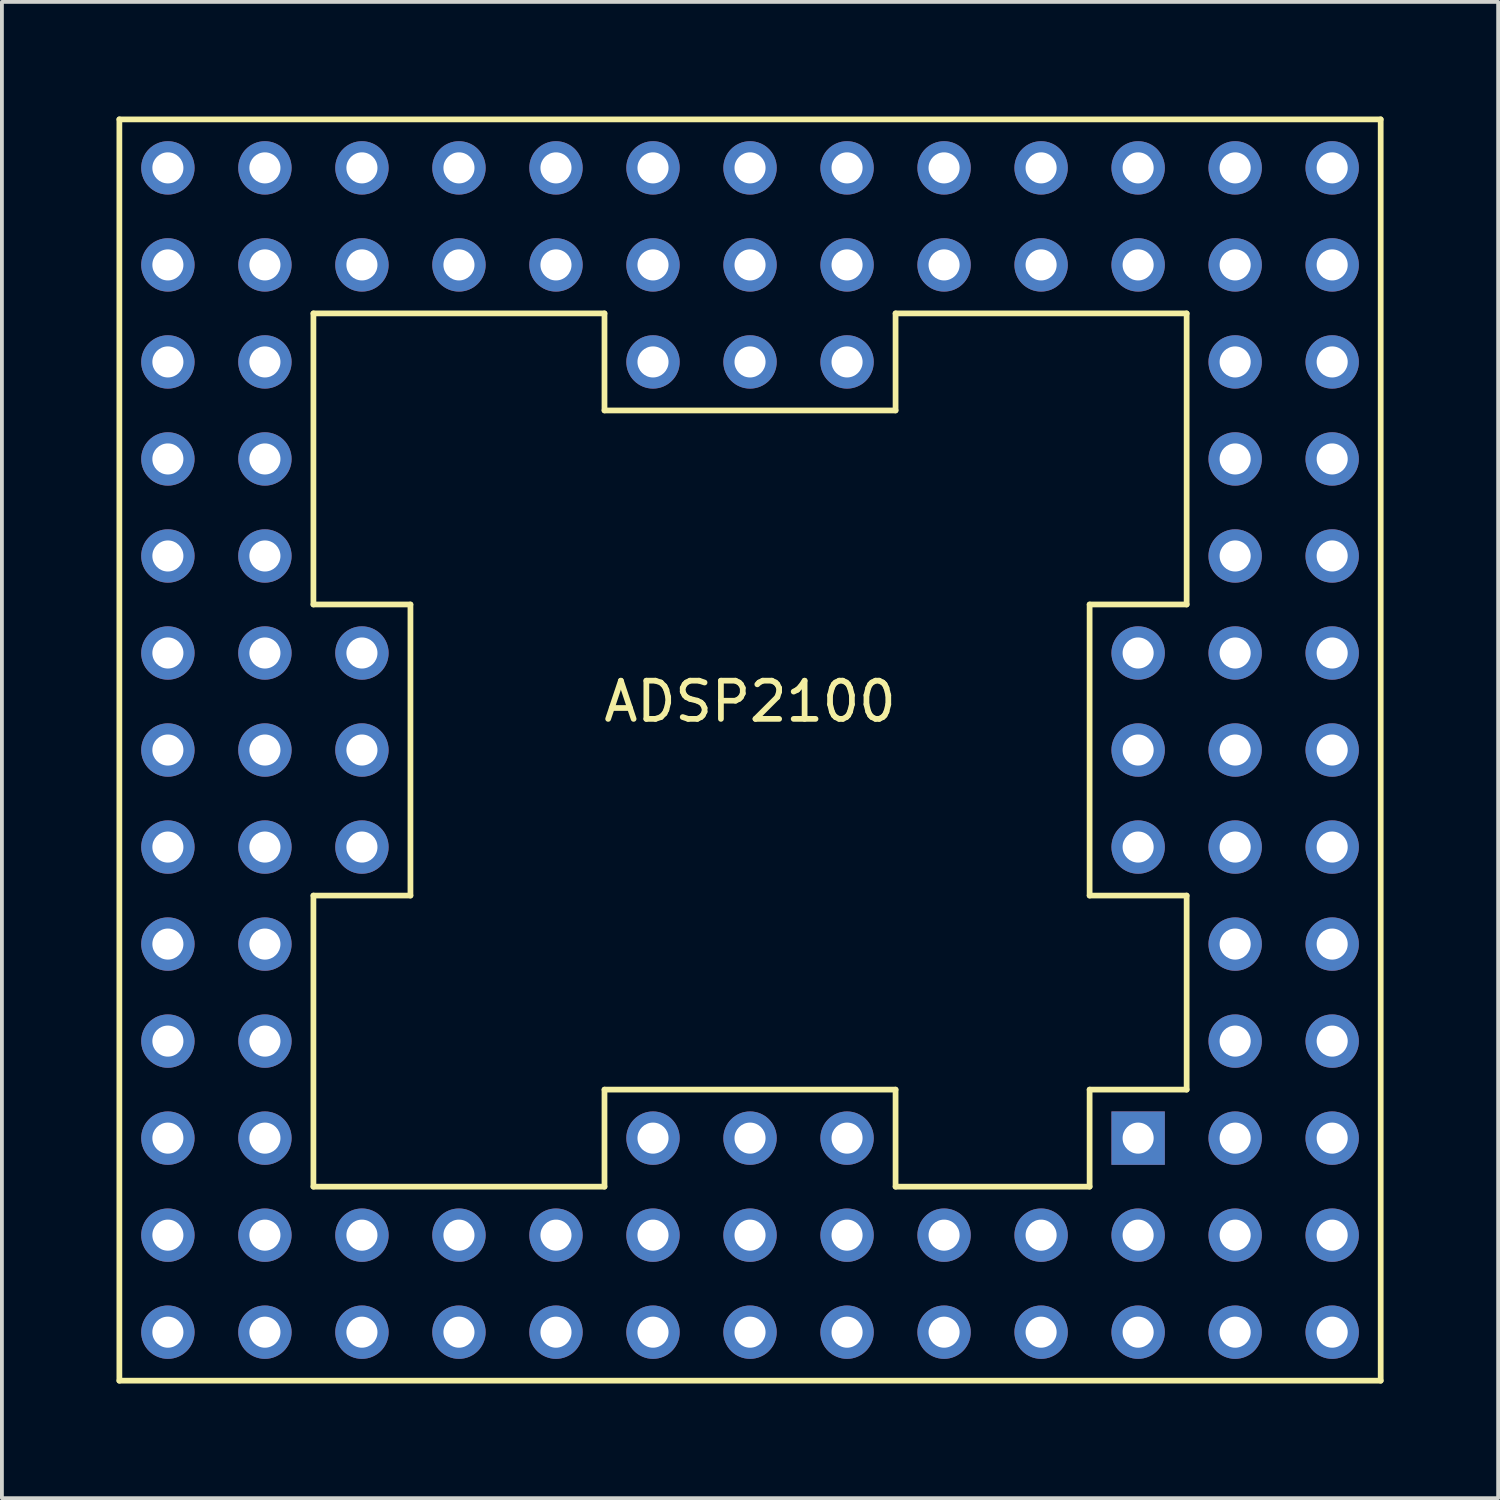
<source format=kicad_pcb>
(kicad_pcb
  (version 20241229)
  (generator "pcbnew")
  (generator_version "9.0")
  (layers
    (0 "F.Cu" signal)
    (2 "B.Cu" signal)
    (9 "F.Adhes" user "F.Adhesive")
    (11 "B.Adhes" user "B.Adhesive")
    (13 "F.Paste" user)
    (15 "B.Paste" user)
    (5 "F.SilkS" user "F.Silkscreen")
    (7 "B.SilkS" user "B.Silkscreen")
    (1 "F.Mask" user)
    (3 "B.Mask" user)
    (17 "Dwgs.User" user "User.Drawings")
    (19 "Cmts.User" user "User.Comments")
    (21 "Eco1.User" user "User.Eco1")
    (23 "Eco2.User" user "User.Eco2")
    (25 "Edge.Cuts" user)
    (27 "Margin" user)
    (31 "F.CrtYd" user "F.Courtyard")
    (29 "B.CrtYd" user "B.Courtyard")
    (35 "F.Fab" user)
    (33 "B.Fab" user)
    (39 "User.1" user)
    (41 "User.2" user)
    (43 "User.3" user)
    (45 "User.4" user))
  (footprint "ADSP2100"
    (layer "F.Cu")
    (at 16.585 16.585)
    (property "Reference" "ADSP2100" (at 0 -1.27 0) (layer "F.SilkS") (effects (font (size 1 1) (thickness 0.15))))
    (attr through_hole)
    (fp_line (start -16.51 -16.51) (end 16.51 -16.51) (stroke (width 0.15) (type solid)) (layer "F.SilkS"))
    (fp_line (start -16.51 16.51) (end -16.51 -16.51) (stroke (width 0.15) (type solid)) (layer "F.SilkS"))
    (fp_line (start -11.43 -11.43) (end -3.81 -11.43) (stroke (width 0.15) (type solid)) (layer "F.SilkS"))
    (fp_line (start -11.43 -3.81) (end -11.43 -11.43) (stroke (width 0.15) (type solid)) (layer "F.SilkS"))
    (fp_line (start -11.43 3.81) (end -8.89 3.81) (stroke (width 0.15) (type solid)) (layer "F.SilkS"))
    (fp_line (start -11.43 11.43) (end -11.43 3.81) (stroke (width 0.15) (type solid)) (layer "F.SilkS"))
    (fp_line (start -8.89 -3.81) (end -11.43 -3.81) (stroke (width 0.15) (type solid)) (layer "F.SilkS"))
    (fp_line (start -8.89 3.81) (end -8.89 -3.81) (stroke (width 0.15) (type solid)) (layer "F.SilkS"))
    (fp_line (start -3.81 -11.43) (end -3.81 -8.89) (stroke (width 0.15) (type solid)) (layer "F.SilkS"))
    (fp_line (start -3.81 -8.89) (end 3.81 -8.89) (stroke (width 0.15) (type solid)) (layer "F.SilkS"))
    (fp_line (start -3.81 8.89) (end -3.81 11.43) (stroke (width 0.15) (type solid)) (layer "F.SilkS"))
    (fp_line (start -3.81 11.43) (end -11.43 11.43) (stroke (width 0.15) (type solid)) (layer "F.SilkS"))
    (fp_line (start 3.81 -11.43) (end 11.43 -11.43) (stroke (width 0.15) (type solid)) (layer "F.SilkS"))
    (fp_line (start 3.81 -8.89) (end 3.81 -11.43) (stroke (width 0.15) (type solid)) (layer "F.SilkS"))
    (fp_line (start 3.81 8.89) (end -3.81 8.89) (stroke (width 0.15) (type solid)) (layer "F.SilkS"))
    (fp_line (start 3.81 11.43) (end 3.81 8.89) (stroke (width 0.15) (type solid)) (layer "F.SilkS"))
    (fp_line (start 8.89 -3.81) (end 8.89 3.81) (stroke (width 0.15) (type solid)) (layer "F.SilkS"))
    (fp_line (start 8.89 3.81) (end 11.43 3.81) (stroke (width 0.15) (type solid)) (layer "F.SilkS"))
    (fp_line (start 8.89 8.89) (end 8.89 11.43) (stroke (width 0.15) (type solid)) (layer "F.SilkS"))
    (fp_line (start 8.89 11.43) (end 3.81 11.43) (stroke (width 0.15) (type solid)) (layer "F.SilkS"))
    (fp_line (start 11.43 -11.43) (end 11.43 -3.81) (stroke (width 0.15) (type solid)) (layer "F.SilkS"))
    (fp_line (start 11.43 -3.81) (end 8.89 -3.81) (stroke (width 0.15) (type solid)) (layer "F.SilkS"))
    (fp_line (start 11.43 3.81) (end 11.43 8.89) (stroke (width 0.15) (type solid)) (layer "F.SilkS"))
    (fp_line (start 11.43 8.89) (end 8.89 8.89) (stroke (width 0.15) (type solid)) (layer "F.SilkS"))
    (fp_line (start 16.51 -16.51) (end 16.51 16.51) (stroke (width 0.15) (type solid)) (layer "F.SilkS"))
    (fp_line (start 16.51 16.51) (end -16.51 16.51) (stroke (width 0.15) (type solid)) (layer "F.SilkS"))
    (pad "A1" thru_hole circle (at 15.24 15.24) (size 1.397 1.397) (drill 0.813) (layers "*.Cu" "*.Mask"))
    (pad "A2" thru_hole circle (at 12.7 15.24) (size 1.397 1.397) (drill 0.813) (layers "*.Cu" "*.Mask"))
    (pad "A3" thru_hole circle (at 10.16 15.24) (size 1.397 1.397) (drill 0.813) (layers "*.Cu" "*.Mask"))
    (pad "A4" thru_hole circle (at 7.62 15.24) (size 1.397 1.397) (drill 0.813) (layers "*.Cu" "*.Mask"))
    (pad "A5" thru_hole circle (at 5.08 15.24) (size 1.397 1.397) (drill 0.813) (layers "*.Cu" "*.Mask"))
    (pad "A6" thru_hole circle (at 2.54 15.24) (size 1.397 1.397) (drill 0.813) (layers "*.Cu" "*.Mask"))
    (pad "A7" thru_hole circle (at 0 15.24) (size 1.397 1.397) (drill 0.813) (layers "*.Cu" "*.Mask"))
    (pad "A8" thru_hole circle (at -2.54 15.24) (size 1.397 1.397) (drill 0.813) (layers "*.Cu" "*.Mask"))
    (pad "A9" thru_hole circle (at -5.08 15.24) (size 1.397 1.397) (drill 0.813) (layers "*.Cu" "*.Mask"))
    (pad "A10" thru_hole circle (at -7.62 15.24) (size 1.397 1.397) (drill 0.813) (layers "*.Cu" "*.Mask"))
    (pad "A11" thru_hole circle (at -10.16 15.24) (size 1.397 1.397) (drill 0.813) (layers "*.Cu" "*.Mask"))
    (pad "A12" thru_hole circle (at -12.7 15.24) (size 1.397 1.397) (drill 0.813) (layers "*.Cu" "*.Mask"))
    (pad "A13" thru_hole circle (at -15.24 15.24) (size 1.397 1.397) (drill 0.813) (layers "*.Cu" "*.Mask"))
    (pad "B1" thru_hole circle (at 15.24 12.7) (size 1.397 1.397) (drill 0.813) (layers "*.Cu" "*.Mask"))
    (pad "B2" thru_hole circle (at 12.7 12.7) (size 1.397 1.397) (drill 0.813) (layers "*.Cu" "*.Mask"))
    (pad "B3" thru_hole circle (at 10.16 12.7) (size 1.397 1.397) (drill 0.813) (layers "*.Cu" "*.Mask"))
    (pad "B4" thru_hole circle (at 7.62 12.7) (size 1.397 1.397) (drill 0.813) (layers "*.Cu" "*.Mask"))
    (pad "B5" thru_hole circle (at 5.08 12.7) (size 1.397 1.397) (drill 0.813) (layers "*.Cu" "*.Mask"))
    (pad "B6" thru_hole circle (at 2.54 12.7) (size 1.397 1.397) (drill 0.813) (layers "*.Cu" "*.Mask"))
    (pad "B7" thru_hole circle (at 0 12.7) (size 1.397 1.397) (drill 0.813) (layers "*.Cu" "*.Mask"))
    (pad "B8" thru_hole circle (at -2.54 12.7) (size 1.397 1.397) (drill 0.813) (layers "*.Cu" "*.Mask"))
    (pad "B9" thru_hole circle (at -5.08 12.7) (size 1.397 1.397) (drill 0.813) (layers "*.Cu" "*.Mask"))
    (pad "B10" thru_hole circle (at -7.62 12.7) (size 1.397 1.397) (drill 0.813) (layers "*.Cu" "*.Mask"))
    (pad "B11" thru_hole circle (at -10.16 12.7) (size 1.397 1.397) (drill 0.813) (layers "*.Cu" "*.Mask"))
    (pad "B12" thru_hole circle (at -12.7 12.7) (size 1.397 1.397) (drill 0.813) (layers "*.Cu" "*.Mask"))
    (pad "B13" thru_hole circle (at -15.24 12.7) (size 1.397 1.397) (drill 0.813) (layers "*.Cu" "*.Mask"))
    (pad "C1" thru_hole circle (at 15.24 10.16) (size 1.397 1.397) (drill 0.813) (layers "*.Cu" "*.Mask"))
    (pad "C2" thru_hole circle (at 12.7 10.16) (size 1.397 1.397) (drill 0.813) (layers "*.Cu" "*.Mask"))
    (pad "C3" thru_hole rect (at 10.16 10.16) (size 1.397 1.397) (drill 0.813) (layers "*.Cu" "*.Mask"))
    (pad "C6" thru_hole circle (at 2.54 10.16) (size 1.397 1.397) (drill 0.813) (layers "*.Cu" "*.Mask"))
    (pad "C7" thru_hole circle (at 0 10.16) (size 1.397 1.397) (drill 0.813) (layers "*.Cu" "*.Mask"))
    (pad "C8" thru_hole circle (at -2.54 10.16) (size 1.397 1.397) (drill 0.813) (layers "*.Cu" "*.Mask"))
    (pad "C12" thru_hole circle (at -12.7 10.16) (size 1.397 1.397) (drill 0.813) (layers "*.Cu" "*.Mask"))
    (pad "C13" thru_hole circle (at -15.24 10.16) (size 1.397 1.397) (drill 0.813) (layers "*.Cu" "*.Mask"))
    (pad "D1" thru_hole circle (at 15.24 7.62) (size 1.397 1.397) (drill 0.813) (layers "*.Cu" "*.Mask"))
    (pad "D2" thru_hole circle (at 12.7 7.62) (size 1.397 1.397) (drill 0.813) (layers "*.Cu" "*.Mask"))
    (pad "D12" thru_hole circle (at -12.7 7.62) (size 1.397 1.397) (drill 0.813) (layers "*.Cu" "*.Mask"))
    (pad "D13" thru_hole circle (at -15.24 7.62) (size 1.397 1.397) (drill 0.813) (layers "*.Cu" "*.Mask"))
    (pad "E1" thru_hole circle (at 15.24 5.08) (size 1.397 1.397) (drill 0.813) (layers "*.Cu" "*.Mask"))
    (pad "E2" thru_hole circle (at 12.7 5.08) (size 1.397 1.397) (drill 0.813) (layers "*.Cu" "*.Mask"))
    (pad "E12" thru_hole circle (at -12.7 5.08) (size 1.397 1.397) (drill 0.813) (layers "*.Cu" "*.Mask"))
    (pad "E13" thru_hole circle (at -15.24 5.08) (size 1.397 1.397) (drill 0.813) (layers "*.Cu" "*.Mask"))
    (pad "F1" thru_hole circle (at 15.24 2.54) (size 1.397 1.397) (drill 0.813) (layers "*.Cu" "*.Mask"))
    (pad "F2" thru_hole circle (at 12.7 2.54) (size 1.397 1.397) (drill 0.813) (layers "*.Cu" "*.Mask"))
    (pad "F3" thru_hole circle (at 10.16 2.54) (size 1.397 1.397) (drill 0.813) (layers "*.Cu" "*.Mask"))
    (pad "F11" thru_hole circle (at -10.16 2.54) (size 1.397 1.397) (drill 0.813) (layers "*.Cu" "*.Mask"))
    (pad "F12" thru_hole circle (at -12.7 2.54) (size 1.397 1.397) (drill 0.813) (layers "*.Cu" "*.Mask"))
    (pad "F13" thru_hole circle (at -15.24 2.54) (size 1.397 1.397) (drill 0.813) (layers "*.Cu" "*.Mask"))
    (pad "G1" thru_hole circle (at 15.24 0) (size 1.397 1.397) (drill 0.813) (layers "*.Cu" "*.Mask"))
    (pad "G2" thru_hole circle (at 12.7 0) (size 1.397 1.397) (drill 0.813) (layers "*.Cu" "*.Mask"))
    (pad "G3" thru_hole circle (at 10.16 0) (size 1.397 1.397) (drill 0.813) (layers "*.Cu" "*.Mask"))
    (pad "G11" thru_hole circle (at -10.16 0) (size 1.397 1.397) (drill 0.813) (layers "*.Cu" "*.Mask"))
    (pad "G12" thru_hole circle (at -12.7 0) (size 1.397 1.397) (drill 0.813) (layers "*.Cu" "*.Mask"))
    (pad "G13" thru_hole circle (at -15.24 0) (size 1.397 1.397) (drill 0.813) (layers "*.Cu" "*.Mask"))
    (pad "H1" thru_hole circle (at 15.24 -2.54) (size 1.397 1.397) (drill 0.813) (layers "*.Cu" "*.Mask"))
    (pad "H2" thru_hole circle (at 12.7 -2.54) (size 1.397 1.397) (drill 0.813) (layers "*.Cu" "*.Mask"))
    (pad "H3" thru_hole circle (at 10.16 -2.54) (size 1.397 1.397) (drill 0.813) (layers "*.Cu" "*.Mask"))
    (pad "H11" thru_hole circle (at -10.16 -2.54) (size 1.397 1.397) (drill 0.813) (layers "*.Cu" "*.Mask"))
    (pad "H12" thru_hole circle (at -12.7 -2.54) (size 1.397 1.397) (drill 0.813) (layers "*.Cu" "*.Mask"))
    (pad "H13" thru_hole circle (at -15.24 -2.54) (size 1.397 1.397) (drill 0.813) (layers "*.Cu" "*.Mask"))
    (pad "J1" thru_hole circle (at 15.24 -5.08) (size 1.397 1.397) (drill 0.813) (layers "*.Cu" "*.Mask"))
    (pad "J2" thru_hole circle (at 12.7 -5.08) (size 1.397 1.397) (drill 0.813) (layers "*.Cu" "*.Mask"))
    (pad "J12" thru_hole circle (at -12.7 -5.08) (size 1.397 1.397) (drill 0.813) (layers "*.Cu" "*.Mask"))
    (pad "J13" thru_hole circle (at -15.24 -5.08) (size 1.397 1.397) (drill 0.813) (layers "*.Cu" "*.Mask"))
    (pad "K1" thru_hole circle (at 15.24 -7.62) (size 1.397 1.397) (drill 0.813) (layers "*.Cu" "*.Mask"))
    (pad "K2" thru_hole circle (at 12.7 -7.62) (size 1.397 1.397) (drill 0.813) (layers "*.Cu" "*.Mask"))
    (pad "K12" thru_hole circle (at -12.7 -7.62) (size 1.397 1.397) (drill 0.813) (layers "*.Cu" "*.Mask"))
    (pad "K13" thru_hole circle (at -15.24 -7.62) (size 1.397 1.397) (drill 0.813) (layers "*.Cu" "*.Mask"))
    (pad "L1" thru_hole circle (at 15.24 -10.16) (size 1.397 1.397) (drill 0.813) (layers "*.Cu" "*.Mask"))
    (pad "L2" thru_hole circle (at 12.7 -10.16) (size 1.397 1.397) (drill 0.813) (layers "*.Cu" "*.Mask"))
    (pad "L6" thru_hole circle (at 2.54 -10.16) (size 1.397 1.397) (drill 0.813) (layers "*.Cu" "*.Mask"))
    (pad "L7" thru_hole circle (at 0 -10.16) (size 1.397 1.397) (drill 0.813) (layers "*.Cu" "*.Mask"))
    (pad "L8" thru_hole circle (at -2.54 -10.16) (size 1.397 1.397) (drill 0.813) (layers "*.Cu" "*.Mask"))
    (pad "L12" thru_hole circle (at -12.7 -10.16) (size 1.397 1.397) (drill 0.813) (layers "*.Cu" "*.Mask"))
    (pad "L13" thru_hole circle (at -15.24 -10.16) (size 1.397 1.397) (drill 0.813) (layers "*.Cu" "*.Mask"))
    (pad "M1" thru_hole circle (at 15.24 -12.7) (size 1.397 1.397) (drill 0.813) (layers "*.Cu" "*.Mask"))
    (pad "M2" thru_hole circle (at 12.7 -12.7) (size 1.397 1.397) (drill 0.813) (layers "*.Cu" "*.Mask"))
    (pad "M3" thru_hole circle (at 10.16 -12.7) (size 1.397 1.397) (drill 0.813) (layers "*.Cu" "*.Mask"))
    (pad "M4" thru_hole circle (at 7.62 -12.7) (size 1.397 1.397) (drill 0.813) (layers "*.Cu" "*.Mask"))
    (pad "M5" thru_hole circle (at 5.08 -12.7) (size 1.397 1.397) (drill 0.813) (layers "*.Cu" "*.Mask"))
    (pad "M6" thru_hole circle (at 2.54 -12.7) (size 1.397 1.397) (drill 0.813) (layers "*.Cu" "*.Mask"))
    (pad "M7" thru_hole circle (at 0 -12.7) (size 1.397 1.397) (drill 0.813) (layers "*.Cu" "*.Mask"))
    (pad "M8" thru_hole circle (at -2.54 -12.7) (size 1.397 1.397) (drill 0.813) (layers "*.Cu" "*.Mask"))
    (pad "M9" thru_hole circle (at -5.08 -12.7) (size 1.397 1.397) (drill 0.813) (layers "*.Cu" "*.Mask"))
    (pad "M10" thru_hole circle (at -7.62 -12.7) (size 1.397 1.397) (drill 0.813) (layers "*.Cu" "*.Mask"))
    (pad "M11" thru_hole circle (at -10.16 -12.7) (size 1.397 1.397) (drill 0.813) (layers "*.Cu" "*.Mask"))
    (pad "M12" thru_hole circle (at -12.7 -12.7) (size 1.397 1.397) (drill 0.813) (layers "*.Cu" "*.Mask"))
    (pad "M13" thru_hole circle (at -15.24 -12.7) (size 1.397 1.397) (drill 0.813) (layers "*.Cu" "*.Mask"))
    (pad "N1" thru_hole circle (at 15.24 -15.24) (size 1.397 1.397) (drill 0.813) (layers "*.Cu" "*.Mask"))
    (pad "N2" thru_hole circle (at 12.7 -15.24) (size 1.397 1.397) (drill 0.813) (layers "*.Cu" "*.Mask"))
    (pad "N3" thru_hole circle (at 10.16 -15.24) (size 1.397 1.397) (drill 0.813) (layers "*.Cu" "*.Mask"))
    (pad "N4" thru_hole circle (at 7.62 -15.24) (size 1.397 1.397) (drill 0.813) (layers "*.Cu" "*.Mask"))
    (pad "N5" thru_hole circle (at 5.08 -15.24) (size 1.397 1.397) (drill 0.813) (layers "*.Cu" "*.Mask"))
    (pad "N6" thru_hole circle (at 2.54 -15.24) (size 1.397 1.397) (drill 0.813) (layers "*.Cu" "*.Mask"))
    (pad "N7" thru_hole circle (at 0 -15.24) (size 1.397 1.397) (drill 0.813) (layers "*.Cu" "*.Mask"))
    (pad "N8" thru_hole circle (at -2.54 -15.24) (size 1.397 1.397) (drill 0.813) (layers "*.Cu" "*.Mask"))
    (pad "N9" thru_hole circle (at -5.08 -15.24) (size 1.397 1.397) (drill 0.813) (layers "*.Cu" "*.Mask"))
    (pad "N10" thru_hole circle (at -7.62 -15.24) (size 1.397 1.397) (drill 0.813) (layers "*.Cu" "*.Mask"))
    (pad "N11" thru_hole circle (at -10.16 -15.24) (size 1.397 1.397) (drill 0.813) (layers "*.Cu" "*.Mask"))
    (pad "N12" thru_hole circle (at -12.7 -15.24) (size 1.397 1.397) (drill 0.813) (layers "*.Cu" "*.Mask"))
    (pad "N13" thru_hole circle (at -15.24 -15.24) (size 1.397 1.397) (drill 0.813) (layers "*.Cu" "*.Mask")))
  (gr_rect
    (start -3 -3)
    (end 36.17 36.17)
    (stroke (width 0.1) (type default))
    (fill no)
    (layer "Edge.Cuts")))
</source>
